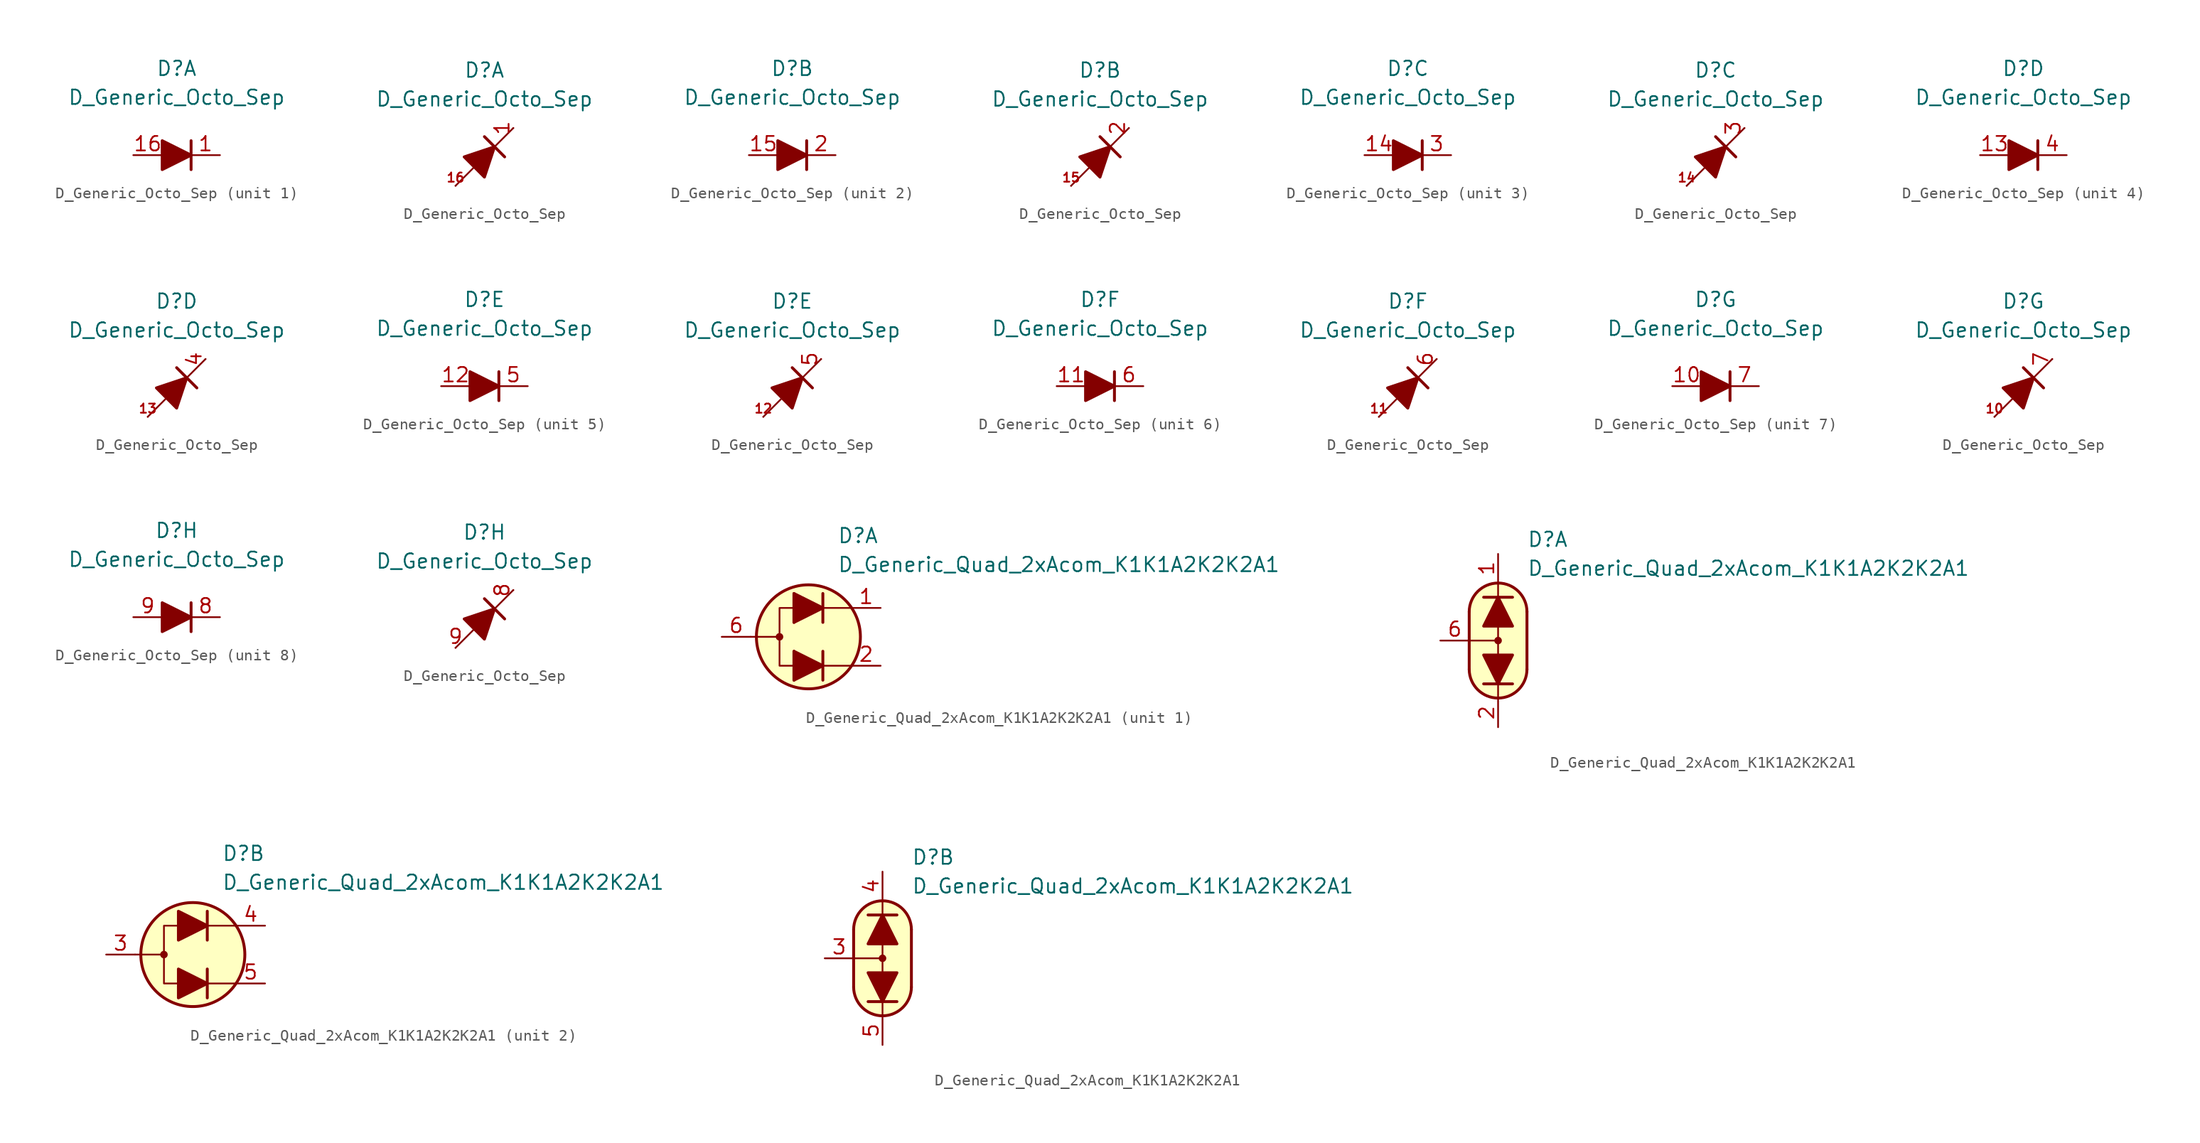
<source format=kicad_sym>
(kicad_symbol_lib
  (version 20231120)
  (generator "kicad_symbol_editor")
  (generator_version "8.0")
  (symbol "D_Generic_Octo_Sep"
    (pin_names
      (offset 1.016) hide)
    (property "Reference" "D"
      (at 0 7.62 0)
      (effects (font (size 1.27 1.27))))
    (property "Value" "D_Generic_Octo_Sep"
      (at 0 5.08 0)
      (effects (font (size 1.27 1.27))))
    (symbol "D_Generic_Octo_Sep_0_1"
      (polyline (pts (xy 1.27 1.27) (xy 1.27 -1.27)) (stroke (width 0.254) (type default)) (fill (type none))))
    (symbol "D_Generic_Octo_Sep_0_2"
      (polyline (pts (xy -2.54 -2.54) (xy 2.54 2.54)) (stroke (width 0) (type default)) (fill (type none)))
      (polyline (pts (xy 0 1.778) (xy 1.778 0)) (stroke (width 0.254) (type default)) (fill (type none)))
      (polyline (pts (xy -0.889 -0.889) (xy -1.778 0) (xy 0.889 0.889) (xy 0 -1.778) (xy -0.889 -0.889)) (stroke (width 0.254) (type default)) (fill (type outline))))
    (symbol "D_Generic_Octo_Sep_1_1"
      (polyline (pts (xy -1.27 0) (xy 1.27 0)) (stroke (width 0) (type default)) (fill (type none)))
      (polyline (pts (xy -1.27 1.27) (xy -1.27 -1.27) (xy 1.27 0) (xy -1.27 1.27)) (stroke (width 0.254) (type default)) (fill (type outline)))
      (pin passive line (at 3.81 0 180) (length 2.54) (name "K5" (effects (font (size 1.27 1.27)))) (number "1" (effects (font (size 1.27 1.27)))))
      (pin passive line (at -3.81 0 0) (length 2.54) (name "A5" (effects (font (size 1.27 1.27)))) (number "16" (effects (font (size 1.27 1.27))))))
    (symbol "D_Generic_Octo_Sep_1_2"
      (pin passive line (at 2.54 2.54 270) (length 0) (name "K" (effects (font (size 1.27 1.27)))) (number "1" (effects (font (size 1.27 1.27)))))
      (pin passive line (at -2.54 -2.54 0) (length 0) (name "A4" (effects (font (size 1.27 1.27)))) (number "16" (effects (font (size 0.8 0.8))))))
    (symbol "D_Generic_Octo_Sep_2_1"
      (polyline (pts (xy -1.27 0) (xy 1.27 0)) (stroke (width 0) (type default)) (fill (type none)))
      (polyline (pts (xy -1.27 1.27) (xy -1.27 -1.27) (xy 1.27 0) (xy -1.27 1.27)) (stroke (width 0.254) (type default)) (fill (type outline)))
      (pin passive line (at -3.81 0 0) (length 2.54) (name "A2" (effects (font (size 1.27 1.27)))) (number "15" (effects (font (size 1.27 1.27)))))
      (pin passive line (at 3.81 0 180) (length 2.54) (name "K2" (effects (font (size 1.27 1.27)))) (number "2" (effects (font (size 1.27 1.27))))))
    (symbol "D_Generic_Octo_Sep_2_2"
      (pin passive line (at -2.54 -2.54 0) (length 0) (name "A2" (effects (font (size 1.27 1.27)))) (number "15" (effects (font (size 0.8 0.8)))))
      (pin passive line (at 2.54 2.54 270) (length 0) (name "K2" (effects (font (size 1.27 1.27)))) (number "2" (effects (font (size 1.27 1.27))))))
    (symbol "D_Generic_Octo_Sep_3_1"
      (polyline (pts (xy -1.27 0) (xy 1.27 0)) (stroke (width 0) (type default)) (fill (type none)))
      (polyline (pts (xy -1.27 1.27) (xy -1.27 -1.27) (xy 1.27 0) (xy -1.27 1.27)) (stroke (width 0.254) (type default)) (fill (type outline)))
      (pin passive line (at -3.81 0 0) (length 2.54) (name "A5" (effects (font (size 1.27 1.27)))) (number "14" (effects (font (size 1.27 1.27)))))
      (pin passive line (at 3.81 0 180) (length 2.54) (name "K5" (effects (font (size 1.27 1.27)))) (number "3" (effects (font (size 1.27 1.27))))))
    (symbol "D_Generic_Octo_Sep_3_2"
      (pin passive line (at -2.54 -2.54 0) (length 0) (name "A2" (effects (font (size 1.27 1.27)))) (number "14" (effects (font (size 0.8 0.8)))))
      (pin passive line (at 2.54 2.54 270) (length 0) (name "K3" (effects (font (size 1.27 1.27)))) (number "3" (effects (font (size 1.27 1.27))))))
    (symbol "D_Generic_Octo_Sep_4_1"
      (polyline (pts (xy -1.27 0) (xy 1.27 0)) (stroke (width 0) (type default)) (fill (type none)))
      (polyline (pts (xy -1.27 1.27) (xy -1.27 -1.27) (xy 1.27 0) (xy -1.27 1.27)) (stroke (width 0.254) (type default)) (fill (type outline)))
      (pin passive line (at -3.81 0 0) (length 2.54) (name "A5" (effects (font (size 1.27 1.27)))) (number "13" (effects (font (size 1.27 1.27)))))
      (pin passive line (at 3.81 0 180) (length 2.54) (name "K5" (effects (font (size 1.27 1.27)))) (number "4" (effects (font (size 1.27 1.27))))))
    (symbol "D_Generic_Octo_Sep_4_2"
      (pin passive line (at -2.54 -2.54 0) (length 0) (name "A4" (effects (font (size 1.27 1.27)))) (number "13" (effects (font (size 0.8 0.8)))))
      (pin passive line (at 2.54 2.54 270) (length 0) (name "K4" (effects (font (size 1.27 1.27)))) (number "4" (effects (font (size 1.27 1.27))))))
    (symbol "D_Generic_Octo_Sep_5_1"
      (polyline (pts (xy -1.27 0) (xy 1.27 0)) (stroke (width 0) (type default)) (fill (type none)))
      (polyline (pts (xy -1.27 1.27) (xy -1.27 -1.27) (xy 1.27 0) (xy -1.27 1.27)) (stroke (width 0.254) (type default)) (fill (type outline)))
      (pin passive line (at -3.81 0 0) (length 2.54) (name "A5" (effects (font (size 1.27 1.27)))) (number "12" (effects (font (size 1.27 1.27)))))
      (pin passive line (at 3.81 0 180) (length 2.54) (name "K5" (effects (font (size 1.27 1.27)))) (number "5" (effects (font (size 1.27 1.27))))))
    (symbol "D_Generic_Octo_Sep_5_2"
      (pin passive line (at -2.54 -2.54 0) (length 0) (name "A4" (effects (font (size 1.27 1.27)))) (number "12" (effects (font (size 0.8 0.8)))))
      (pin passive line (at 2.54 2.54 270) (length 0) (name "K5" (effects (font (size 1.27 1.27)))) (number "5" (effects (font (size 1.27 1.27))))))
    (symbol "D_Generic_Octo_Sep_6_1"
      (polyline (pts (xy -1.27 0) (xy 1.27 0)) (stroke (width 0) (type default)) (fill (type none)))
      (polyline (pts (xy -1.27 1.27) (xy -1.27 -1.27) (xy 1.27 0) (xy -1.27 1.27)) (stroke (width 0.254) (type default)) (fill (type outline)))
      (pin passive line (at -3.81 0 0) (length 2.54) (name "A6" (effects (font (size 1.27 1.27)))) (number "11" (effects (font (size 1.27 1.27)))))
      (pin passive line (at 3.81 0 180) (length 2.54) (name "K6" (effects (font (size 1.27 1.27)))) (number "6" (effects (font (size 1.27 1.27))))))
    (symbol "D_Generic_Octo_Sep_6_2"
      (pin passive line (at -2.54 -2.54 0) (length 0) (name "A6" (effects (font (size 1.27 1.27)))) (number "11" (effects (font (size 0.8 0.8)))))
      (pin passive line (at 2.54 2.54 270) (length 0) (name "K6" (effects (font (size 1.27 1.27)))) (number "6" (effects (font (size 1.27 1.27))))))
    (symbol "D_Generic_Octo_Sep_7_1"
      (polyline (pts (xy -1.27 0) (xy 1.27 0)) (stroke (width 0) (type default)) (fill (type none)))
      (polyline (pts (xy -1.27 1.27) (xy -1.27 -1.27) (xy 1.27 0) (xy -1.27 1.27)) (stroke (width 0.254) (type default)) (fill (type outline)))
      (pin passive line (at -3.81 0 0) (length 2.54) (name "A7" (effects (font (size 1.27 1.27)))) (number "10" (effects (font (size 1.27 1.27)))))
      (pin passive line (at 3.81 0 180) (length 2.54) (name "K7" (effects (font (size 1.27 1.27)))) (number "7" (effects (font (size 1.27 1.27))))))
    (symbol "D_Generic_Octo_Sep_7_2"
      (pin passive line (at -2.54 -2.54 0) (length 0) (name "A7" (effects (font (size 1.27 1.27)))) (number "10" (effects (font (size 0.8 0.8)))))
      (pin passive line (at 2.54 2.54 270) (length 0) (name "K7" (effects (font (size 1.27 1.27)))) (number "7" (effects (font (size 1.27 1.27))))))
    (symbol "D_Generic_Octo_Sep_8_1"
      (polyline (pts (xy -1.27 0) (xy 1.27 0)) (stroke (width 0) (type default)) (fill (type none)))
      (polyline (pts (xy -1.27 1.27) (xy -1.27 -1.27) (xy 1.27 0) (xy -1.27 1.27)) (stroke (width 0.254) (type default)) (fill (type outline)))
      (pin passive line (at 3.81 0 180) (length 2.54) (name "K8" (effects (font (size 1.27 1.27)))) (number "8" (effects (font (size 1.27 1.27)))))
      (pin passive line (at -3.81 0 0) (length 2.54) (name "A8" (effects (font (size 1.27 1.27)))) (number "9" (effects (font (size 1.27 1.27))))))
    (symbol "D_Generic_Octo_Sep_8_2"
      (pin passive line (at 2.54 2.54 270) (length 0) (name "K8" (effects (font (size 1.27 1.27)))) (number "8" (effects (font (size 1.27 1.27)))))
      (pin passive line (at -2.54 -2.54 0) (length 0) (name "A8" (effects (font (size 1.27 1.27)))) (number "9" (effects (font (size 1.27 1.27)))))))
  (symbol "D_Generic_Quad_2xAcom_K1K1A2K2K2A1"
    (pin_names
      (offset 1.016) hide)
    (property "Reference" "D"
      (at 2.54 8.89 0)
      (effects (font (size 1.27 1.27)) (justify left)))
    (property "Value" "D_Generic_Quad_2xAcom_K1K1A2K2K2A1"
      (at 2.54 6.35 0)
      (effects (font (size 1.27 1.27)) (justify left)))
    (property "ki_locked" ""
      (at 0 0 0)
      (effects (font (size 1.27 1.27))))
    (symbol "D_Generic_Quad_2xAcom_K1K1A2K2K2A1_1_1"
      (circle (center -2.54 0) (radius 0.254) (stroke (width 0) (type default)) (fill (type outline)))
      (polyline (pts (xy -5.08 0) (xy -2.54 0)) (stroke (width 0) (type default)) (fill (type none)))
      (polyline (pts (xy -1.27 -3.81) (xy -1.27 -1.27)) (stroke (width 0.254) (type default)) (fill (type none)))
      (polyline (pts (xy -1.27 -2.54) (xy 1.27 -2.54)) (stroke (width 0) (type default)) (fill (type none)))
      (polyline (pts (xy -1.27 1.27) (xy -1.27 3.81)) (stroke (width 0.254) (type default)) (fill (type none)))
      (polyline (pts (xy -1.27 2.54) (xy 1.27 2.54)) (stroke (width 0) (type default)) (fill (type none)))
      (polyline (pts (xy 1.27 -3.81) (xy 1.27 -1.27)) (stroke (width 0.254) (type default)) (fill (type none)))
      (polyline (pts (xy 1.27 -2.54) (xy -1.27 -2.54)) (stroke (width 0) (type default)) (fill (type none)))
      (polyline (pts (xy 1.27 -2.54) (xy 3.81 -2.54)) (stroke (width 0) (type default)) (fill (type none)))
      (polyline (pts (xy 1.27 1.27) (xy 1.27 3.81)) (stroke (width 0.254) (type default)) (fill (type none)))
      (polyline (pts (xy 1.27 2.54) (xy -1.27 2.54)) (stroke (width 0) (type default)) (fill (type none)))
      (polyline (pts (xy 1.27 2.54) (xy 3.81 2.54)) (stroke (width 0) (type default)) (fill (type none)))
      (polyline (pts (xy -1.27 -2.54) (xy -2.54 -2.54) (xy -2.54 2.54) (xy -1.27 2.54)) (stroke (width 0) (type default)) (fill (type none)))
      (polyline (pts (xy -1.27 -1.27) (xy -1.27 -3.81) (xy 1.27 -2.54) (xy -1.27 -1.27)) (stroke (width 0.254) (type default)) (fill (type outline)))
      (polyline (pts (xy -1.27 3.81) (xy -1.27 1.27) (xy 1.27 2.54) (xy -1.27 3.81)) (stroke (width 0.254) (type default)) (fill (type outline)))
      (circle (center 0 0) (radius 4.572) (stroke (width 0.254) (type default)) (fill (type background)))
      (pin passive line (at 6.35 2.54 180) (length 2.54) (name "K1" (effects (font (size 1.27 1.27)))) (number "1" (effects (font (size 1.27 1.27)))))
      (pin passive line (at 6.35 -2.54 180) (length 2.54) (name "K1" (effects (font (size 1.27 1.27)))) (number "2" (effects (font (size 1.27 1.27)))))
      (pin passive line (at -7.62 0 0) (length 2.54) (name "A1" (effects (font (size 1.27 1.27)))) (number "6" (effects (font (size 1.27 1.27))))))
    (symbol "D_Generic_Quad_2xAcom_K1K1A2K2K2A1_1_2"
      (arc (start -2.54 -2.54) (mid 0 -5.0576) (end 2.54 -2.54) (stroke (width 0.254) (type default)) (fill (type none)))
      (polyline (pts (xy -2.54 0) (xy 0 0)) (stroke (width 0) (type default)) (fill (type none)))
      (polyline (pts (xy -2.54 2.54) (xy -2.54 -2.54)) (stroke (width 0.254) (type default)) (fill (type none)))
      (polyline (pts (xy -1.27 3.81) (xy 1.27 3.81)) (stroke (width 0.254) (type default)) (fill (type none)))
      (polyline (pts (xy 0 -5.08) (xy 0 -3.81)) (stroke (width 0) (type default)) (fill (type none)))
      (polyline (pts (xy 0 1.27) (xy 0 -1.27)) (stroke (width 0) (type default)) (fill (type none)))
      (polyline (pts (xy 0 5.08) (xy 0 3.81)) (stroke (width 0) (type default)) (fill (type none)))
      (polyline (pts (xy 1.27 -3.81) (xy -1.27 -3.81)) (stroke (width 0.254) (type default)) (fill (type none)))
      (polyline (pts (xy 2.54 -2.54) (xy 2.54 2.54)) (stroke (width 0.254) (type default)) (fill (type none)))
      (polyline (pts (xy -1.27 1.27) (xy 1.27 1.27) (xy 0 3.81) (xy -1.27 1.27)) (stroke (width 0.254) (type default)) (fill (type outline)))
      (polyline (pts (xy 1.27 -1.27) (xy -1.27 -1.27) (xy 0 -3.81) (xy 1.27 -1.27)) (stroke (width 0.254) (type default)) (fill (type outline)))
      (polyline (pts (xy 0 -5.08) (xy -1.016 -4.826) (xy -1.778 -4.318) (xy -2.286 -3.556) (xy -2.54 -3.048) (xy -2.54 2.794) (xy -2.286 3.556) (xy -1.778 4.318) (xy -1.016 4.826) (xy -0.254 5.08) (xy 0.254 5.08) (xy 1.016 4.826) (xy 1.524 4.572) (xy 2.032 4.064) (xy 2.286 3.556) (xy 2.54 2.794) (xy 2.54 -2.794) (xy 2.286 -3.556) (xy 2.032 -4.064) (xy 1.524 -4.572) (xy 1.016 -4.826) (xy 0 -5.08)) (stroke (width 0.01) (type default)) (fill (type background)))
      (circle (center 0 0) (radius 0.254) (stroke (width 0) (type default)) (fill (type outline)))
      (arc (start 2.54 2.54) (mid 0 5.0576) (end -2.54 2.54) (stroke (width 0.254) (type default)) (fill (type none)))
      (pin passive line (at 0 7.62 270) (length 2.54) (name "K1" (effects (font (size 1.27 1.27)))) (number "1" (effects (font (size 1.27 1.27)))))
      (pin passive line (at 0 -7.62 90) (length 2.54) (name "K1" (effects (font (size 1.27 1.27)))) (number "2" (effects (font (size 1.27 1.27)))))
      (pin passive line (at -5.08 0 0) (length 2.54) (name "A1" (effects (font (size 1.27 1.27)))) (number "6" (effects (font (size 1.27 1.27))))))
    (symbol "D_Generic_Quad_2xAcom_K1K1A2K2K2A1_2_1"
      (circle (center -2.54 0) (radius 0.254) (stroke (width 0) (type default)) (fill (type outline)))
      (polyline (pts (xy -5.08 0) (xy -2.54 0)) (stroke (width 0) (type default)) (fill (type none)))
      (polyline (pts (xy -1.27 -2.54) (xy 1.27 -2.54)) (stroke (width 0) (type default)) (fill (type none)))
      (polyline (pts (xy -1.27 2.54) (xy 1.27 2.54)) (stroke (width 0) (type default)) (fill (type none)))
      (polyline (pts (xy 1.27 -2.54) (xy 3.81 -2.54)) (stroke (width 0) (type default)) (fill (type none)))
      (polyline (pts (xy 1.27 -1.27) (xy 1.27 -3.81)) (stroke (width 0.254) (type default)) (fill (type none)))
      (polyline (pts (xy 1.27 2.54) (xy 3.81 2.54)) (stroke (width 0) (type default)) (fill (type none)))
      (polyline (pts (xy 1.27 3.81) (xy 1.27 1.27)) (stroke (width 0.254) (type default)) (fill (type none)))
      (polyline (pts (xy -1.27 -2.54) (xy -2.54 -2.54) (xy -2.54 2.54) (xy -1.27 2.54)) (stroke (width 0) (type default)) (fill (type none)))
      (polyline (pts (xy -1.27 -1.27) (xy -1.27 -3.81) (xy 1.27 -2.54) (xy -1.27 -1.27)) (stroke (width 0.254) (type default)) (fill (type outline)))
      (polyline (pts (xy -1.27 3.81) (xy -1.27 1.27) (xy 1.27 2.54) (xy -1.27 3.81)) (stroke (width 0.254) (type default)) (fill (type outline)))
      (circle (center 0 0) (radius 4.572) (stroke (width 0.254) (type default)) (fill (type background)))
      (pin passive line (at -7.62 0 0) (length 2.54) (name "A2" (effects (font (size 1.27 1.27)))) (number "3" (effects (font (size 1.27 1.27)))))
      (pin passive line (at 6.35 2.54 180) (length 2.54) (name "K2" (effects (font (size 1.27 1.27)))) (number "4" (effects (font (size 1.27 1.27)))))
      (pin passive line (at 6.35 -2.54 180) (length 2.54) (name "K2" (effects (font (size 1.27 1.27)))) (number "5" (effects (font (size 1.27 1.27))))))
    (symbol "D_Generic_Quad_2xAcom_K1K1A2K2K2A1_2_2"
      (arc (start -2.54 -2.54) (mid 0 -5.0576) (end 2.54 -2.54) (stroke (width 0.254) (type default)) (fill (type none)))
      (polyline (pts (xy -2.54 0) (xy 0 0)) (stroke (width 0) (type default)) (fill (type none)))
      (polyline (pts (xy -2.54 2.54) (xy -2.54 -2.54)) (stroke (width 0.254) (type default)) (fill (type none)))
      (polyline (pts (xy -1.27 3.81) (xy 1.27 3.81)) (stroke (width 0.254) (type default)) (fill (type none)))
      (polyline (pts (xy 0 -5.08) (xy 0 -3.81)) (stroke (width 0) (type default)) (fill (type none)))
      (polyline (pts (xy 0 1.27) (xy 0 -1.27)) (stroke (width 0) (type default)) (fill (type none)))
      (polyline (pts (xy 0 5.08) (xy 0 3.81)) (stroke (width 0) (type default)) (fill (type none)))
      (polyline (pts (xy 1.27 -3.81) (xy -1.27 -3.81)) (stroke (width 0.254) (type default)) (fill (type none)))
      (polyline (pts (xy 2.54 -2.54) (xy 2.54 2.54)) (stroke (width 0.254) (type default)) (fill (type none)))
      (polyline (pts (xy -1.27 1.27) (xy 1.27 1.27) (xy 0 3.81) (xy -1.27 1.27)) (stroke (width 0.254) (type default)) (fill (type outline)))
      (polyline (pts (xy 1.27 -1.27) (xy -1.27 -1.27) (xy 0 -3.81) (xy 1.27 -1.27)) (stroke (width 0.254) (type default)) (fill (type outline)))
      (polyline (pts (xy 0 -5.08) (xy -1.016 -4.826) (xy -1.778 -4.318) (xy -2.286 -3.556) (xy -2.54 -3.048) (xy -2.54 2.794) (xy -2.286 3.556) (xy -1.778 4.318) (xy -1.016 4.826) (xy -0.254 5.08) (xy 0.254 5.08) (xy 1.016 4.826) (xy 1.524 4.572) (xy 2.032 4.064) (xy 2.286 3.556) (xy 2.54 2.794) (xy 2.54 -2.794) (xy 2.286 -3.556) (xy 2.032 -4.064) (xy 1.524 -4.572) (xy 1.016 -4.826) (xy 0 -5.08)) (stroke (width 0.01) (type default)) (fill (type background)))
      (circle (center 0 0) (radius 0.254) (stroke (width 0) (type default)) (fill (type outline)))
      (arc (start 2.54 2.54) (mid 0 5.0576) (end -2.54 2.54) (stroke (width 0.254) (type default)) (fill (type none)))
      (pin passive line (at -5.08 0 0) (length 2.54) (name "A2" (effects (font (size 1.27 1.27)))) (number "3" (effects (font (size 1.27 1.27)))))
      (pin passive line (at 0 7.62 270) (length 2.54) (name "K2" (effects (font (size 1.27 1.27)))) (number "4" (effects (font (size 1.27 1.27)))))
      (pin passive line (at 0 -7.62 90) (length 2.54) (name "K2" (effects (font (size 1.27 1.27)))) (number "5" (effects (font (size 1.27 1.27))))))))
</source>
